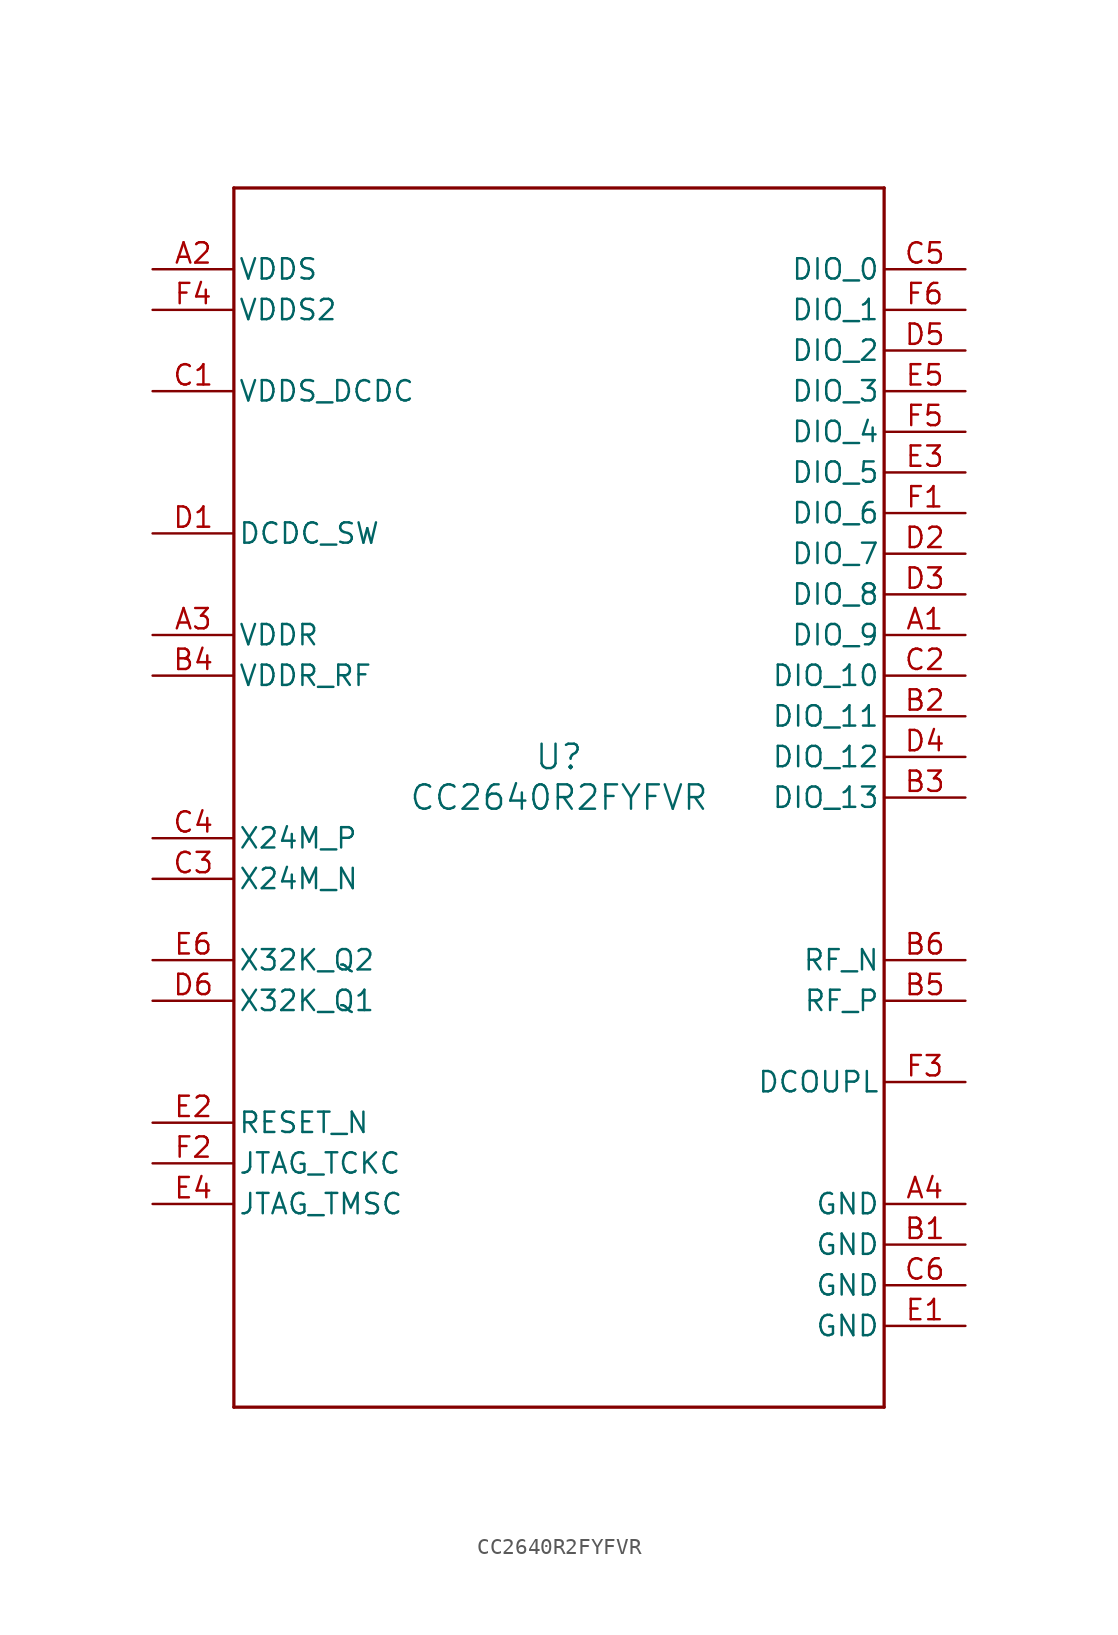
<source format=kicad_sym>
(kicad_symbol_lib
  (version 20241209)
  (generator "kicad_symbol_editor")
  (generator_version "9.0")
  (symbol "CC2640R2FYFVR"
    (pin_names
      (offset 0.254))
    (property "Reference" "U"
      (at 0 2.54 0)
      (effects (font (size 1.524 1.524))))
    (property "Value" "CC2640R2FYFVR"
      (at 0 0 0)
      (effects (font (size 1.524 1.524))))
    (property "ki_locked" ""
      (at 0 0 0)
      (effects (font (size 1.27 1.27))))
    (symbol "CC2640R2FYFVR_0_1"
      (polyline (pts (xy -20.32 38.1) (xy -20.32 -38.1)) (stroke (width 0.203) (type default)) (fill (type none)))
      (polyline (pts (xy -20.32 -38.1) (xy 20.32 -38.1)) (stroke (width 0.203) (type default)) (fill (type none)))
      (polyline (pts (xy 20.32 38.1) (xy -20.32 38.1)) (stroke (width 0.203) (type default)) (fill (type none)))
      (polyline (pts (xy 20.32 -38.1) (xy 20.32 38.1)) (stroke (width 0.203) (type default)) (fill (type none)))
      (pin power_in line (at -25.4 33.02 0) (length 5.08) (name "VDDS" (effects (font (size 1.27 1.27)))) (number "A2" (effects (font (size 1.27 1.27)))))
      (pin power_in line (at -25.4 30.48 0) (length 5.08) (name "VDDS2" (effects (font (size 1.27 1.27)))) (number "F4" (effects (font (size 1.27 1.27)))))
      (pin power_in line (at -25.4 25.4 0) (length 5.08) (name "VDDS_DCDC" (effects (font (size 1.27 1.27)))) (number "C1" (effects (font (size 1.27 1.27)))))
      (pin power_in line (at -25.4 16.51 0) (length 5.08) (name "DCDC_SW" (effects (font (size 1.27 1.27)))) (number "D1" (effects (font (size 1.27 1.27)))))
      (pin power_in line (at -25.4 10.16 0) (length 5.08) (name "VDDR" (effects (font (size 1.27 1.27)))) (number "A3" (effects (font (size 1.27 1.27)))))
      (pin power_in line (at -25.4 7.62 0) (length 5.08) (name "VDDR_RF" (effects (font (size 1.27 1.27)))) (number "B4" (effects (font (size 1.27 1.27)))))
      (pin bidirectional line (at -25.4 -2.54 0) (length 5.08) (name "X24M_P" (effects (font (size 1.27 1.27)))) (number "C4" (effects (font (size 1.27 1.27)))))
      (pin bidirectional line (at -25.4 -5.08 0) (length 5.08) (name "X24M_N" (effects (font (size 1.27 1.27)))) (number "C3" (effects (font (size 1.27 1.27)))))
      (pin bidirectional line (at -25.4 -10.16 0) (length 5.08) (name "X32K_Q2" (effects (font (size 1.27 1.27)))) (number "E6" (effects (font (size 1.27 1.27)))))
      (pin bidirectional line (at -25.4 -12.7 0) (length 5.08) (name "X32K_Q1" (effects (font (size 1.27 1.27)))) (number "D6" (effects (font (size 1.27 1.27)))))
      (pin input line (at -25.4 -20.32 0) (length 5.08) (name "RESET_N" (effects (font (size 1.27 1.27)))) (number "E2" (effects (font (size 1.27 1.27)))))
      (pin bidirectional line (at -25.4 -22.86 0) (length 5.08) (name "JTAG_TCKC" (effects (font (size 1.27 1.27)))) (number "F2" (effects (font (size 1.27 1.27)))))
      (pin bidirectional line (at -25.4 -25.4 0) (length 5.08) (name "JTAG_TMSC" (effects (font (size 1.27 1.27)))) (number "E4" (effects (font (size 1.27 1.27)))))
      (pin bidirectional line (at 25.4 33.02 180) (length 5.08) (name "DIO_0" (effects (font (size 1.27 1.27)))) (number "C5" (effects (font (size 1.27 1.27)))))
      (pin bidirectional line (at 25.4 30.48 180) (length 5.08) (name "DIO_1" (effects (font (size 1.27 1.27)))) (number "F6" (effects (font (size 1.27 1.27)))))
      (pin bidirectional line (at 25.4 27.94 180) (length 5.08) (name "DIO_2" (effects (font (size 1.27 1.27)))) (number "D5" (effects (font (size 1.27 1.27)))))
      (pin bidirectional line (at 25.4 25.4 180) (length 5.08) (name "DIO_3" (effects (font (size 1.27 1.27)))) (number "E5" (effects (font (size 1.27 1.27)))))
      (pin bidirectional line (at 25.4 22.86 180) (length 5.08) (name "DIO_4" (effects (font (size 1.27 1.27)))) (number "F5" (effects (font (size 1.27 1.27)))))
      (pin bidirectional line (at 25.4 20.32 180) (length 5.08) (name "DIO_5" (effects (font (size 1.27 1.27)))) (number "E3" (effects (font (size 1.27 1.27)))))
      (pin bidirectional line (at 25.4 17.78 180) (length 5.08) (name "DIO_6" (effects (font (size 1.27 1.27)))) (number "F1" (effects (font (size 1.27 1.27)))))
      (pin bidirectional line (at 25.4 15.24 180) (length 5.08) (name "DIO_7" (effects (font (size 1.27 1.27)))) (number "D2" (effects (font (size 1.27 1.27)))))
      (pin bidirectional line (at 25.4 12.7 180) (length 5.08) (name "DIO_8" (effects (font (size 1.27 1.27)))) (number "D3" (effects (font (size 1.27 1.27)))))
      (pin bidirectional line (at 25.4 10.16 180) (length 5.08) (name "DIO_9" (effects (font (size 1.27 1.27)))) (number "A1" (effects (font (size 1.27 1.27)))))
      (pin bidirectional line (at 25.4 7.62 180) (length 5.08) (name "DIO_10" (effects (font (size 1.27 1.27)))) (number "C2" (effects (font (size 1.27 1.27)))))
      (pin bidirectional line (at 25.4 5.08 180) (length 5.08) (name "DIO_11" (effects (font (size 1.27 1.27)))) (number "B2" (effects (font (size 1.27 1.27)))))
      (pin bidirectional line (at 25.4 2.54 180) (length 5.08) (name "DIO_12" (effects (font (size 1.27 1.27)))) (number "D4" (effects (font (size 1.27 1.27)))))
      (pin bidirectional line (at 25.4 0 180) (length 5.08) (name "DIO_13" (effects (font (size 1.27 1.27)))) (number "B3" (effects (font (size 1.27 1.27)))))
      (pin bidirectional line (at 25.4 -10.16 180) (length 5.08) (name "RF_N" (effects (font (size 1.27 1.27)))) (number "B6" (effects (font (size 1.27 1.27)))))
      (pin bidirectional line (at 25.4 -12.7 180) (length 5.08) (name "RF_P" (effects (font (size 1.27 1.27)))) (number "B5" (effects (font (size 1.27 1.27)))))
      (pin power_in line (at 25.4 -17.78 180) (length 5.08) (name "DCOUPL" (effects (font (size 1.27 1.27)))) (number "F3" (effects (font (size 1.27 1.27)))))
      (pin power_in line (at 25.4 -25.4 180) (length 5.08) (name "GND" (effects (font (size 1.27 1.27)))) (number "A4" (effects (font (size 1.27 1.27)))))
      (pin power_in line (at 25.4 -27.94 180) (length 5.08) (name "GND" (effects (font (size 1.27 1.27)))) (number "B1" (effects (font (size 1.27 1.27)))))
      (pin power_in line (at 25.4 -30.48 180) (length 5.08) (name "GND" (effects (font (size 1.27 1.27)))) (number "C6" (effects (font (size 1.27 1.27)))))
      (pin power_in line (at 25.4 -33.02 180) (length 5.08) (name "GND" (effects (font (size 1.27 1.27)))) (number "E1" (effects (font (size 1.27 1.27))))))))
</source>
